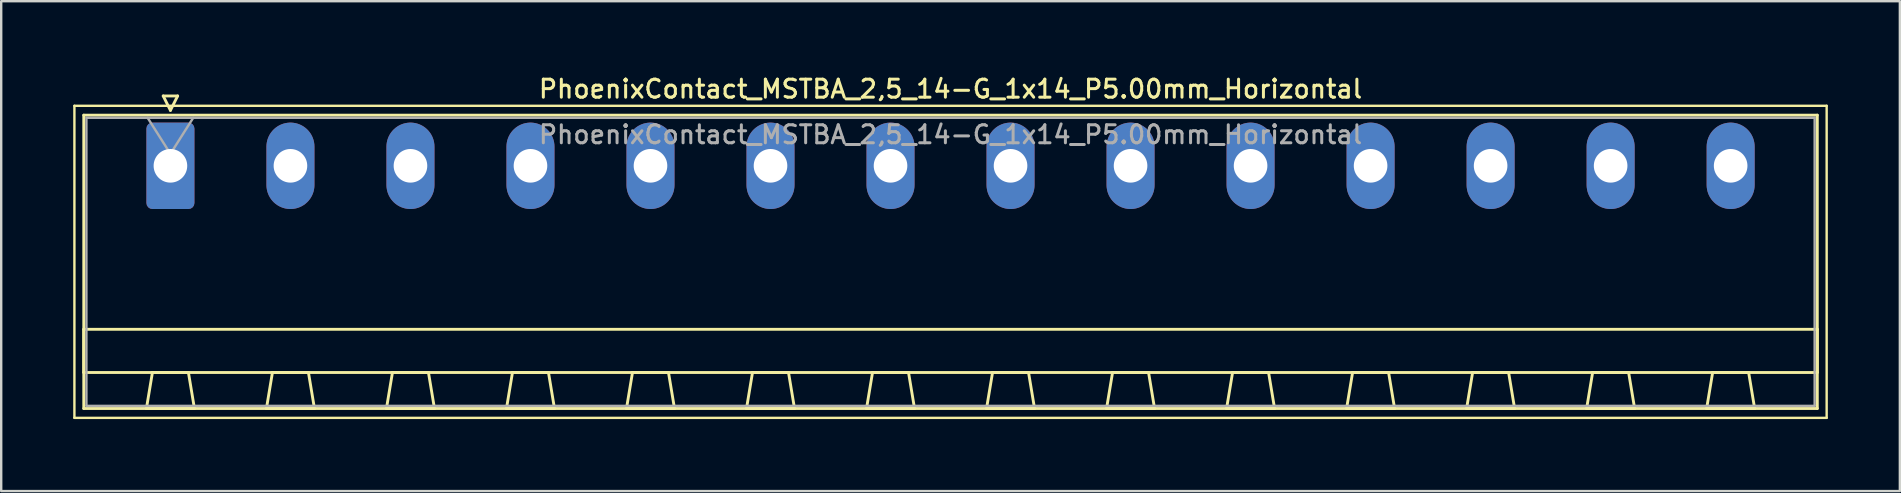
<source format=kicad_pcb>
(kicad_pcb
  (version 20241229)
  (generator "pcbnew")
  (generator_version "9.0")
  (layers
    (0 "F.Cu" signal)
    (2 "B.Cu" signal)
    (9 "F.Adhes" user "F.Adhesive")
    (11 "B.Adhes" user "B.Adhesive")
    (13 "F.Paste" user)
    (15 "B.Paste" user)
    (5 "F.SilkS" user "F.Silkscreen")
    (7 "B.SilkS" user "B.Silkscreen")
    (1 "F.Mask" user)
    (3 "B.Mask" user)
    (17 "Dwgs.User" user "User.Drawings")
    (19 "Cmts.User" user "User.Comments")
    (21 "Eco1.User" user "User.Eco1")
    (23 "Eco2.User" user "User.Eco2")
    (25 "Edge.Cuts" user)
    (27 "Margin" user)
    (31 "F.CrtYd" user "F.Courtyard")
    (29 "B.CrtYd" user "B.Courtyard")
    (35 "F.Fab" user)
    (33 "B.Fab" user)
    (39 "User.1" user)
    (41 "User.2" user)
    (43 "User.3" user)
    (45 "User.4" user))
  (footprint "PhoenixContact_MSTBA_2,5_14-G_1x14_P5.00mm_Horizontal"
    (layer "F.Cu")
    (at 4.05 3.858)
    (property "Reference" "PhoenixContact_MSTBA_2,5_14-G_1x14_P5.00mm_Horizontal" (at 32.5 -3.2 0) (layer "F.SilkS") (effects (font (size 0.75 0.75) (thickness 0.125))))
    (attr through_hole)
    (fp_line (start -4 -2.5) (end -4 10.5) (stroke (width 0.1) (type solid)) (layer "F.SilkS"))
    (fp_line (start -4 10.5) (end 69 10.5) (stroke (width 0.1) (type solid)) (layer "F.SilkS"))
    (fp_line (start -3.61 -2.11) (end -3.61 10.11) (stroke (width 0.12) (type solid)) (layer "F.SilkS"))
    (fp_line (start -3.61 6.81) (end 68.61 6.81) (stroke (width 0.12) (type solid)) (layer "F.SilkS"))
    (fp_line (start -3.61 8.61) (end -3.61 6.81) (stroke (width 0.12) (type solid)) (layer "F.SilkS"))
    (fp_line (start -3.61 10.11) (end 68.61 10.11) (stroke (width 0.12) (type solid)) (layer "F.SilkS"))
    (fp_line (start -1 10.11) (end 1 10.11) (stroke (width 0.12) (type solid)) (layer "F.SilkS"))
    (fp_line (start -0.75 8.61) (end -1 10.11) (stroke (width 0.12) (type solid)) (layer "F.SilkS"))
    (fp_line (start -0.3 -2.91) (end 0.3 -2.91) (stroke (width 0.12) (type solid)) (layer "F.SilkS"))
    (fp_line (start 0 -2.31) (end -0.3 -2.91) (stroke (width 0.12) (type solid)) (layer "F.SilkS"))
    (fp_line (start 0.3 -2.91) (end 0 -2.31) (stroke (width 0.12) (type solid)) (layer "F.SilkS"))
    (fp_line (start 0.75 8.61) (end -0.75 8.61) (stroke (width 0.12) (type solid)) (layer "F.SilkS"))
    (fp_line (start 1 10.11) (end 0.75 8.61) (stroke (width 0.12) (type solid)) (layer "F.SilkS"))
    (fp_line (start 4 10.11) (end 6 10.11) (stroke (width 0.12) (type solid)) (layer "F.SilkS"))
    (fp_line (start 4.25 8.61) (end 4 10.11) (stroke (width 0.12) (type solid)) (layer "F.SilkS"))
    (fp_line (start 5.75 8.61) (end 4.25 8.61) (stroke (width 0.12) (type solid)) (layer "F.SilkS"))
    (fp_line (start 6 10.11) (end 5.75 8.61) (stroke (width 0.12) (type solid)) (layer "F.SilkS"))
    (fp_line (start 9 10.11) (end 11 10.11) (stroke (width 0.12) (type solid)) (layer "F.SilkS"))
    (fp_line (start 9.25 8.61) (end 9 10.11) (stroke (width 0.12) (type solid)) (layer "F.SilkS"))
    (fp_line (start 10.75 8.61) (end 9.25 8.61) (stroke (width 0.12) (type solid)) (layer "F.SilkS"))
    (fp_line (start 11 10.11) (end 10.75 8.61) (stroke (width 0.12) (type solid)) (layer "F.SilkS"))
    (fp_line (start 14 10.11) (end 16 10.11) (stroke (width 0.12) (type solid)) (layer "F.SilkS"))
    (fp_line (start 14.25 8.61) (end 14 10.11) (stroke (width 0.12) (type solid)) (layer "F.SilkS"))
    (fp_line (start 15.75 8.61) (end 14.25 8.61) (stroke (width 0.12) (type solid)) (layer "F.SilkS"))
    (fp_line (start 16 10.11) (end 15.75 8.61) (stroke (width 0.12) (type solid)) (layer "F.SilkS"))
    (fp_line (start 19 10.11) (end 21 10.11) (stroke (width 0.12) (type solid)) (layer "F.SilkS"))
    (fp_line (start 19.25 8.61) (end 19 10.11) (stroke (width 0.12) (type solid)) (layer "F.SilkS"))
    (fp_line (start 20.75 8.61) (end 19.25 8.61) (stroke (width 0.12) (type solid)) (layer "F.SilkS"))
    (fp_line (start 21 10.11) (end 20.75 8.61) (stroke (width 0.12) (type solid)) (layer "F.SilkS"))
    (fp_line (start 24 10.11) (end 26 10.11) (stroke (width 0.12) (type solid)) (layer "F.SilkS"))
    (fp_line (start 24.25 8.61) (end 24 10.11) (stroke (width 0.12) (type solid)) (layer "F.SilkS"))
    (fp_line (start 25.75 8.61) (end 24.25 8.61) (stroke (width 0.12) (type solid)) (layer "F.SilkS"))
    (fp_line (start 26 10.11) (end 25.75 8.61) (stroke (width 0.12) (type solid)) (layer "F.SilkS"))
    (fp_line (start 29 10.11) (end 31 10.11) (stroke (width 0.12) (type solid)) (layer "F.SilkS"))
    (fp_line (start 29.25 8.61) (end 29 10.11) (stroke (width 0.12) (type solid)) (layer "F.SilkS"))
    (fp_line (start 30.75 8.61) (end 29.25 8.61) (stroke (width 0.12) (type solid)) (layer "F.SilkS"))
    (fp_line (start 31 10.11) (end 30.75 8.61) (stroke (width 0.12) (type solid)) (layer "F.SilkS"))
    (fp_line (start 34 10.11) (end 36 10.11) (stroke (width 0.12) (type solid)) (layer "F.SilkS"))
    (fp_line (start 34.25 8.61) (end 34 10.11) (stroke (width 0.12) (type solid)) (layer "F.SilkS"))
    (fp_line (start 35.75 8.61) (end 34.25 8.61) (stroke (width 0.12) (type solid)) (layer "F.SilkS"))
    (fp_line (start 36 10.11) (end 35.75 8.61) (stroke (width 0.12) (type solid)) (layer "F.SilkS"))
    (fp_line (start 39 10.11) (end 41 10.11) (stroke (width 0.12) (type solid)) (layer "F.SilkS"))
    (fp_line (start 39.25 8.61) (end 39 10.11) (stroke (width 0.12) (type solid)) (layer "F.SilkS"))
    (fp_line (start 40.75 8.61) (end 39.25 8.61) (stroke (width 0.12) (type solid)) (layer "F.SilkS"))
    (fp_line (start 41 10.11) (end 40.75 8.61) (stroke (width 0.12) (type solid)) (layer "F.SilkS"))
    (fp_line (start 44 10.11) (end 46 10.11) (stroke (width 0.12) (type solid)) (layer "F.SilkS"))
    (fp_line (start 44.25 8.61) (end 44 10.11) (stroke (width 0.12) (type solid)) (layer "F.SilkS"))
    (fp_line (start 45.75 8.61) (end 44.25 8.61) (stroke (width 0.12) (type solid)) (layer "F.SilkS"))
    (fp_line (start 46 10.11) (end 45.75 8.61) (stroke (width 0.12) (type solid)) (layer "F.SilkS"))
    (fp_line (start 49 10.11) (end 51 10.11) (stroke (width 0.12) (type solid)) (layer "F.SilkS"))
    (fp_line (start 49.25 8.61) (end 49 10.11) (stroke (width 0.12) (type solid)) (layer "F.SilkS"))
    (fp_line (start 50.75 8.61) (end 49.25 8.61) (stroke (width 0.12) (type solid)) (layer "F.SilkS"))
    (fp_line (start 51 10.11) (end 50.75 8.61) (stroke (width 0.12) (type solid)) (layer "F.SilkS"))
    (fp_line (start 54 10.11) (end 56 10.11) (stroke (width 0.12) (type solid)) (layer "F.SilkS"))
    (fp_line (start 54.25 8.61) (end 54 10.11) (stroke (width 0.12) (type solid)) (layer "F.SilkS"))
    (fp_line (start 55.75 8.61) (end 54.25 8.61) (stroke (width 0.12) (type solid)) (layer "F.SilkS"))
    (fp_line (start 56 10.11) (end 55.75 8.61) (stroke (width 0.12) (type solid)) (layer "F.SilkS"))
    (fp_line (start 59 10.11) (end 61 10.11) (stroke (width 0.12) (type solid)) (layer "F.SilkS"))
    (fp_line (start 59.25 8.61) (end 59 10.11) (stroke (width 0.12) (type solid)) (layer "F.SilkS"))
    (fp_line (start 60.75 8.61) (end 59.25 8.61) (stroke (width 0.12) (type solid)) (layer "F.SilkS"))
    (fp_line (start 61 10.11) (end 60.75 8.61) (stroke (width 0.12) (type solid)) (layer "F.SilkS"))
    (fp_line (start 64 10.11) (end 66 10.11) (stroke (width 0.12) (type solid)) (layer "F.SilkS"))
    (fp_line (start 64.25 8.61) (end 64 10.11) (stroke (width 0.12) (type solid)) (layer "F.SilkS"))
    (fp_line (start 65.75 8.61) (end 64.25 8.61) (stroke (width 0.12) (type solid)) (layer "F.SilkS"))
    (fp_line (start 66 10.11) (end 65.75 8.61) (stroke (width 0.12) (type solid)) (layer "F.SilkS"))
    (fp_line (start 68.61 -2.11) (end -3.61 -2.11) (stroke (width 0.12) (type solid)) (layer "F.SilkS"))
    (fp_line (start 68.61 6.81) (end 68.61 8.61) (stroke (width 0.12) (type solid)) (layer "F.SilkS"))
    (fp_line (start 68.61 8.61) (end -3.61 8.61) (stroke (width 0.12) (type solid)) (layer "F.SilkS"))
    (fp_line (start 68.61 10.11) (end 68.61 -2.11) (stroke (width 0.12) (type solid)) (layer "F.SilkS"))
    (fp_line (start 69 -2.5) (end -4 -2.5) (stroke (width 0.1) (type solid)) (layer "F.SilkS"))
    (fp_line (start 69 10.5) (end 69 -2.5) (stroke (width 0.1) (type solid)) (layer "F.SilkS"))
    (fp_line (start -3.5 -2) (end -3.5 10) (stroke (width 0.1) (type solid)) (layer "F.Fab"))
    (fp_line (start -3.5 10) (end 68.5 10) (stroke (width 0.1) (type solid)) (layer "F.Fab"))
    (fp_line (start 0 -0.5) (end -0.95 -2) (stroke (width 0.1) (type solid)) (layer "F.Fab"))
    (fp_line (start 0.95 -2) (end 0 -0.5) (stroke (width 0.1) (type solid)) (layer "F.Fab"))
    (fp_line (start 68.5 -2) (end -3.5 -2) (stroke (width 0.1) (type solid)) (layer "F.Fab"))
    (fp_line (start 68.5 10) (end 68.5 -2) (stroke (width 0.1) (type solid)) (layer "F.Fab"))
    (fp_text user "${REFERENCE}" (at 32.5 -1.3 0) (layer "F.Fab") (effects (font (size 0.75 0.75) (thickness 0.125))))
    (pad "1" thru_hole roundrect (at 0 0) (size 2 3.6) (drill 1.4) (layers "*.Cu" "*.Mask") (roundrect_rratio 0.125))
    (pad "2" thru_hole oval (at 5 0) (size 2 3.6) (drill 1.4) (layers "*.Cu" "*.Mask"))
    (pad "3" thru_hole oval (at 10 0) (size 2 3.6) (drill 1.4) (layers "*.Cu" "*.Mask"))
    (pad "4" thru_hole oval (at 15 0) (size 2 3.6) (drill 1.4) (layers "*.Cu" "*.Mask"))
    (pad "5" thru_hole oval (at 20 0) (size 2 3.6) (drill 1.4) (layers "*.Cu" "*.Mask"))
    (pad "6" thru_hole oval (at 25 0) (size 2 3.6) (drill 1.4) (layers "*.Cu" "*.Mask"))
    (pad "7" thru_hole oval (at 30 0) (size 2 3.6) (drill 1.4) (layers "*.Cu" "*.Mask"))
    (pad "8" thru_hole oval (at 35 0) (size 2 3.6) (drill 1.4) (layers "*.Cu" "*.Mask"))
    (pad "9" thru_hole oval (at 40 0) (size 2 3.6) (drill 1.4) (layers "*.Cu" "*.Mask"))
    (pad "10" thru_hole oval (at 45 0) (size 2 3.6) (drill 1.4) (layers "*.Cu" "*.Mask"))
    (pad "11" thru_hole oval (at 50 0) (size 2 3.6) (drill 1.4) (layers "*.Cu" "*.Mask"))
    (pad "12" thru_hole oval (at 55 0) (size 2 3.6) (drill 1.4) (layers "*.Cu" "*.Mask"))
    (pad "13" thru_hole oval (at 60 0) (size 2 3.6) (drill 1.4) (layers "*.Cu" "*.Mask"))
    (pad "14" thru_hole oval (at 65 0) (size 2 3.6) (drill 1.4) (layers "*.Cu" "*.Mask")))
  (gr_rect
    (start -3 -3)
    (end 76.1 17.408)
    (stroke (width 0.1) (type default))
    (fill no)
    (layer "Edge.Cuts")))
</source>
